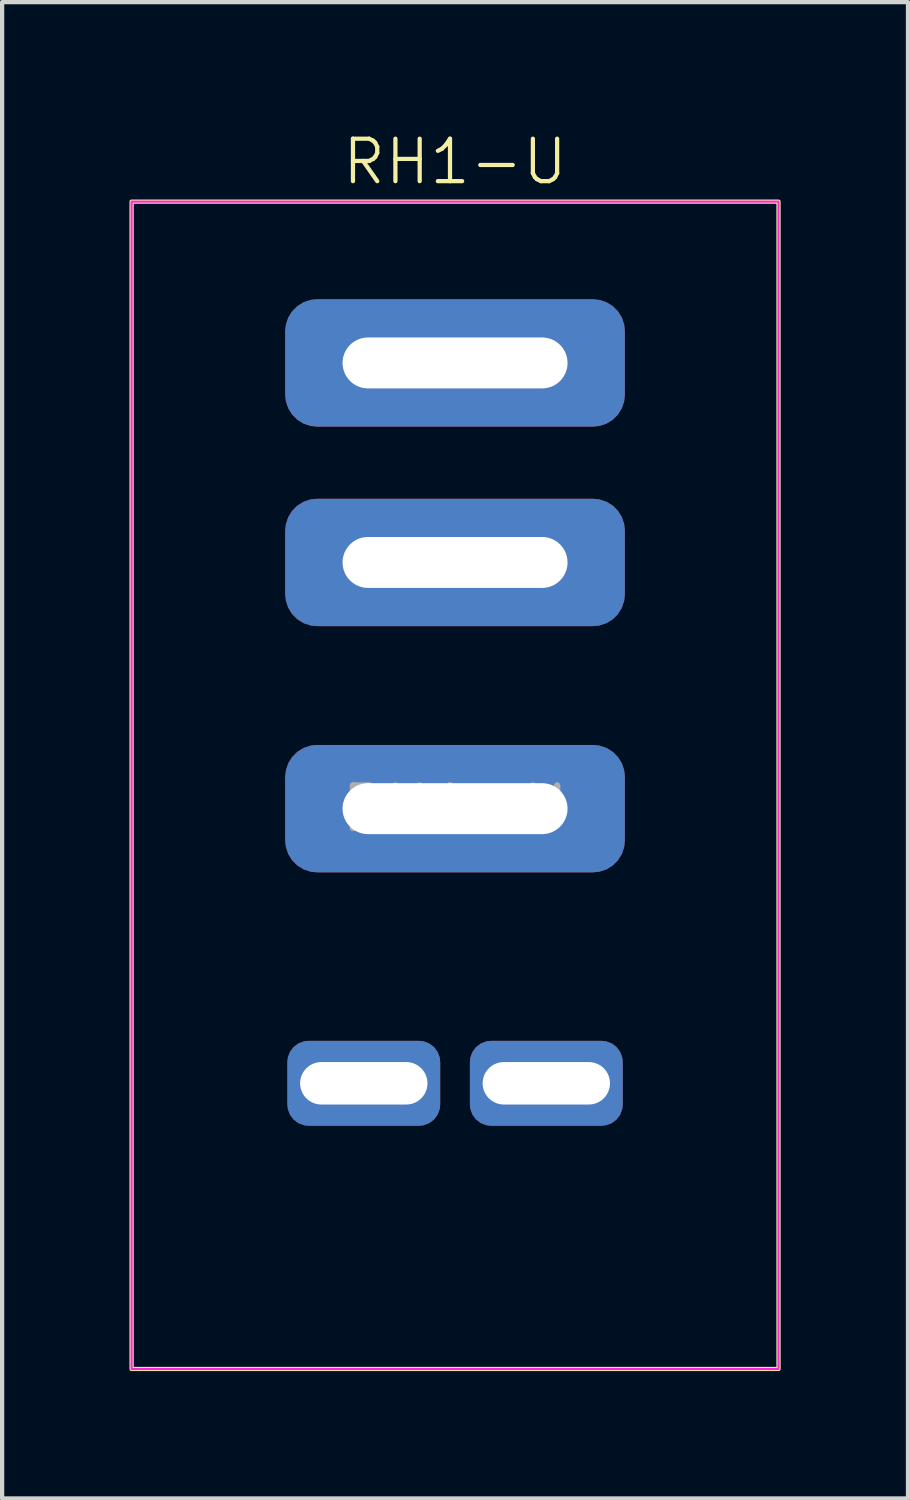
<source format=kicad_pcb>
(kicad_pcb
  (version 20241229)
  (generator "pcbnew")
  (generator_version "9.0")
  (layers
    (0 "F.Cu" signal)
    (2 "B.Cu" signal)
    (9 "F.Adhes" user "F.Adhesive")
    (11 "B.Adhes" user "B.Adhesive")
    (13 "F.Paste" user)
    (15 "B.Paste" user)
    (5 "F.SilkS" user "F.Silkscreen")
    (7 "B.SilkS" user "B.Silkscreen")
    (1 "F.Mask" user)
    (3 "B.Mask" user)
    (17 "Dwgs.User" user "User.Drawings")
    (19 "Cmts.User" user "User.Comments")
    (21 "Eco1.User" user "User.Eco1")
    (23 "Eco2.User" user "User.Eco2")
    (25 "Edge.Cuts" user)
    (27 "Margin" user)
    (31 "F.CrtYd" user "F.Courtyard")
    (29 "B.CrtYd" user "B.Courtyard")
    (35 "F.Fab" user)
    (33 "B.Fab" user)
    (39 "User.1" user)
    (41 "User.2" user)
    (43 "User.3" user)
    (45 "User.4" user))
  (footprint "RH1-U"
    (layer "F.Cu")
    (at 7.67 16)
    (property "Reference" "RH1-U" (at 0 -15.24 0) (unlocked yes) (layer "F.SilkS") (effects (font (size 1 1) (thickness 0.1))))
    (attr through_hole)
    (fp_rect (start -7.62 -14.3) (end 7.62 13.2) (stroke (width 0.1) (type default)) (fill no) (layer "F.SilkS"))
    (fp_rect (start -7.62 -14.3) (end 7.62 13.2) (stroke (width 0.05) (type default)) (fill no) (layer "F.CrtYd"))
    (fp_text user "${REFERENCE}" (at 0 0 0) (unlocked yes) (layer "F.Fab") (effects (font (size 1 1) (thickness 0.15))))
    (pad "1" thru_hole roundrect (at 0 -10.5) (size 8 3) (drill oval 5.3 1.2) (layers "*.Cu" "*.Mask") (roundrect_rratio 0.25))
    (pad "5" thru_hole roundrect (at 0 -5.8) (size 8 3) (drill oval 5.3 1.2) (layers "*.Cu" "*.Mask") (roundrect_rratio 0.25))
    (pad "9" thru_hole roundrect (at 0 0) (size 8 3) (drill oval 5.3 1.2) (layers "*.Cu" "*.Mask") (roundrect_rratio 0.25))
    (pad "13" thru_hole roundrect (at 2.15 6.47) (size 3.6 2) (drill oval 3 1) (layers "*.Cu" "*.Mask") (roundrect_rratio 0.25))
    (pad "14" thru_hole roundrect (at -2.15 6.47) (size 3.6 2) (drill oval 3 1) (layers "*.Cu" "*.Mask") (roundrect_rratio 0.25)))
  (gr_rect
    (start -3 -3)
    (end 18.34 32.251)
    (stroke (width 0.1) (type default))
    (fill no)
    (layer "Edge.Cuts")))
</source>
